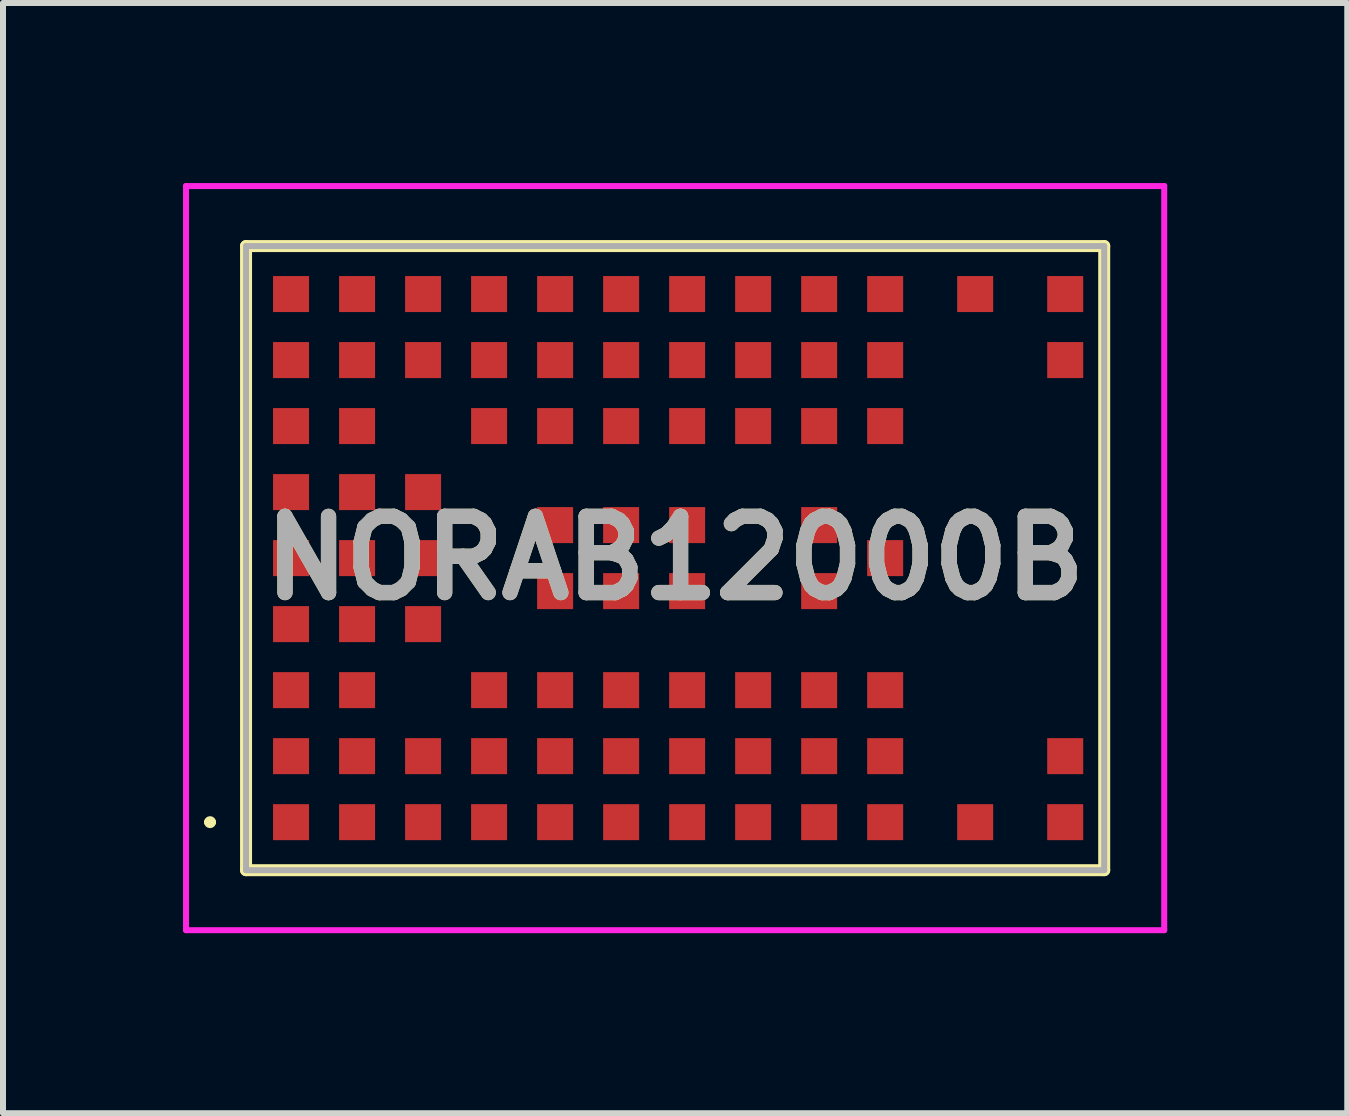
<source format=kicad_pcb>
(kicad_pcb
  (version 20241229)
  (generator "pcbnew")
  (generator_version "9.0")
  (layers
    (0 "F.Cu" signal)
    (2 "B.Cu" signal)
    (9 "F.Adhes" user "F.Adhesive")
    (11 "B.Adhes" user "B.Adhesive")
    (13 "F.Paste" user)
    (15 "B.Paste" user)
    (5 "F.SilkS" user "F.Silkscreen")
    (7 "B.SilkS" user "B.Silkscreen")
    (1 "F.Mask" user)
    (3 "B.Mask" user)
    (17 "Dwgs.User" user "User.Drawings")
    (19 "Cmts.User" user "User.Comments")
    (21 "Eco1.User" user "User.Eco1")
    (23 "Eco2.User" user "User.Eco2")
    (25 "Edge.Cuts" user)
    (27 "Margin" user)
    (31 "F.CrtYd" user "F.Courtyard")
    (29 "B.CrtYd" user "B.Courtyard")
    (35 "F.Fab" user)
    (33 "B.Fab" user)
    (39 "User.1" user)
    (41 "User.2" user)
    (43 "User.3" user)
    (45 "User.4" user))
  (footprint "NORAB12000B"
    (layer "F.Cu")
    (at 8.2 6.25)
    (property "Reference" "NORAB12000B" (at 0 0 0) (layer "F.SilkS") (effects (font (size 1.27 1.27) (thickness 0.254))))
    (attr smd)
    (fp_line (start -7.8 4.4) (end -7.8 4.4) (stroke (width 0.1) (type solid)) (layer "F.SilkS"))
    (fp_line (start -7.7 4.4) (end -7.7 4.4) (stroke (width 0.1) (type solid)) (layer "F.SilkS"))
    (fp_line (start -7.15 -5.2) (end 7.15 -5.2) (stroke (width 0.2) (type solid)) (layer "F.SilkS"))
    (fp_line (start -7.15 5.2) (end -7.15 -5.2) (stroke (width 0.2) (type solid)) (layer "F.SilkS"))
    (fp_line (start 7.15 -5.2) (end 7.15 5.2) (stroke (width 0.2) (type solid)) (layer "F.SilkS"))
    (fp_line (start 7.15 5.2) (end -7.15 5.2) (stroke (width 0.2) (type solid)) (layer "F.SilkS"))
    (fp_arc (start -7.8 4.4) (mid -7.75 4.35) (end -7.7 4.4) (stroke (width 0.1) (type solid)) (layer "F.SilkS"))
    (fp_arc (start -7.7 4.4) (mid -7.75 4.45) (end -7.8 4.4) (stroke (width 0.1) (type solid)) (layer "F.SilkS"))
    (fp_line (start -8.15 -6.2) (end 8.15 -6.2) (stroke (width 0.1) (type solid)) (layer "F.CrtYd"))
    (fp_line (start -8.15 6.2) (end -8.15 -6.2) (stroke (width 0.1) (type solid)) (layer "F.CrtYd"))
    (fp_line (start 8.15 -6.2) (end 8.15 6.2) (stroke (width 0.1) (type solid)) (layer "F.CrtYd"))
    (fp_line (start 8.15 6.2) (end -8.15 6.2) (stroke (width 0.1) (type solid)) (layer "F.CrtYd"))
    (fp_line (start -7.15 -5.2) (end 7.15 -5.2) (stroke (width 0.1) (type solid)) (layer "F.Fab"))
    (fp_line (start -7.15 5.2) (end -7.15 -5.2) (stroke (width 0.1) (type solid)) (layer "F.Fab"))
    (fp_line (start 7.15 -5.2) (end 7.15 5.2) (stroke (width 0.1) (type solid)) (layer "F.Fab"))
    (fp_line (start 7.15 5.2) (end -7.15 5.2) (stroke (width 0.1) (type solid)) (layer "F.Fab"))
    (fp_text user "${REFERENCE}" (at 0 0 0) (layer "F.Fab") (effects (font (size 1.27 1.27) (thickness 0.254))))
    (pad "A1" smd rect (at -6.4 4.4 90) (size 0.6 0.6) (layers "F.Cu" "F.Mask" "F.Paste"))
    (pad "A2" smd rect (at -6.4 3.3 90) (size 0.6 0.6) (layers "F.Cu" "F.Mask" "F.Paste"))
    (pad "A3" smd rect (at -6.4 2.2 90) (size 0.6 0.6) (layers "F.Cu" "F.Mask" "F.Paste"))
    (pad "A4" smd rect (at -6.4 1.1 90) (size 0.6 0.6) (layers "F.Cu" "F.Mask" "F.Paste"))
    (pad "A5" smd rect (at -6.4 0 90) (size 0.6 0.6) (layers "F.Cu" "F.Mask" "F.Paste"))
    (pad "A6" smd rect (at -6.4 -1.1 90) (size 0.6 0.6) (layers "F.Cu" "F.Mask" "F.Paste"))
    (pad "A7" smd rect (at -6.4 -2.2 90) (size 0.6 0.6) (layers "F.Cu" "F.Mask" "F.Paste"))
    (pad "A8" smd rect (at -6.4 -3.3 90) (size 0.6 0.6) (layers "F.Cu" "F.Mask" "F.Paste"))
    (pad "A9" smd rect (at -6.4 -4.4 90) (size 0.6 0.6) (layers "F.Cu" "F.Mask" "F.Paste"))
    (pad "B1" smd rect (at -5.3 4.4 90) (size 0.6 0.6) (layers "F.Cu" "F.Mask" "F.Paste"))
    (pad "B2" smd rect (at -5.3 3.3 90) (size 0.6 0.6) (layers "F.Cu" "F.Mask" "F.Paste"))
    (pad "B3" smd rect (at -5.3 2.2 90) (size 0.6 0.6) (layers "F.Cu" "F.Mask" "F.Paste"))
    (pad "B4" smd rect (at -5.3 1.1 90) (size 0.6 0.6) (layers "F.Cu" "F.Mask" "F.Paste"))
    (pad "B5" smd rect (at -5.3 0 90) (size 0.6 0.6) (layers "F.Cu" "F.Mask" "F.Paste"))
    (pad "B6" smd rect (at -5.3 -1.1 90) (size 0.6 0.6) (layers "F.Cu" "F.Mask" "F.Paste"))
    (pad "B7" smd rect (at -5.3 -2.2 90) (size 0.6 0.6) (layers "F.Cu" "F.Mask" "F.Paste"))
    (pad "B8" smd rect (at -5.3 -3.3 90) (size 0.6 0.6) (layers "F.Cu" "F.Mask" "F.Paste"))
    (pad "B9" smd rect (at -5.3 -4.4 90) (size 0.6 0.6) (layers "F.Cu" "F.Mask" "F.Paste"))
    (pad "C1" smd rect (at -4.2 4.4 90) (size 0.6 0.6) (layers "F.Cu" "F.Mask" "F.Paste"))
    (pad "C2" smd rect (at -4.2 3.3 90) (size 0.6 0.6) (layers "F.Cu" "F.Mask" "F.Paste"))
    (pad "C4" smd rect (at -4.2 1.1 90) (size 0.6 0.6) (layers "F.Cu" "F.Mask" "F.Paste"))
    (pad "C5" smd rect (at -4.2 0 90) (size 0.6 0.6) (layers "F.Cu" "F.Mask" "F.Paste"))
    (pad "C6" smd rect (at -4.2 -1.1 90) (size 0.6 0.6) (layers "F.Cu" "F.Mask" "F.Paste"))
    (pad "C8" smd rect (at -4.2 -3.3 90) (size 0.6 0.6) (layers "F.Cu" "F.Mask" "F.Paste"))
    (pad "C9" smd rect (at -4.2 -4.4 90) (size 0.6 0.6) (layers "F.Cu" "F.Mask" "F.Paste"))
    (pad "D1" smd rect (at -3.1 4.4 90) (size 0.6 0.6) (layers "F.Cu" "F.Mask" "F.Paste"))
    (pad "D2" smd rect (at -3.1 3.3 90) (size 0.6 0.6) (layers "F.Cu" "F.Mask" "F.Paste"))
    (pad "D3" smd rect (at -3.1 2.2 90) (size 0.6 0.6) (layers "F.Cu" "F.Mask" "F.Paste"))
    (pad "D7" smd rect (at -3.1 -2.2 90) (size 0.6 0.6) (layers "F.Cu" "F.Mask" "F.Paste"))
    (pad "D8" smd rect (at -3.1 -3.3 90) (size 0.6 0.6) (layers "F.Cu" "F.Mask" "F.Paste"))
    (pad "D9" smd rect (at -3.1 -4.4 90) (size 0.6 0.6) (layers "F.Cu" "F.Mask" "F.Paste"))
    (pad "E1" smd rect (at -2 4.4 90) (size 0.6 0.6) (layers "F.Cu" "F.Mask" "F.Paste"))
    (pad "E2" smd rect (at -2 3.3 90) (size 0.6 0.6) (layers "F.Cu" "F.Mask" "F.Paste"))
    (pad "E3" smd rect (at -2 2.2 90) (size 0.6 0.6) (layers "F.Cu" "F.Mask" "F.Paste"))
    (pad "E4" smd rect (at -2 0.55 90) (size 0.6 0.6) (layers "F.Cu" "F.Mask" "F.Paste"))
    (pad "E5" smd rect (at -2 -0.55 90) (size 0.6 0.6) (layers "F.Cu" "F.Mask" "F.Paste"))
    (pad "E7" smd rect (at -2 -2.2 90) (size 0.6 0.6) (layers "F.Cu" "F.Mask" "F.Paste"))
    (pad "E8" smd rect (at -2 -3.3 90) (size 0.6 0.6) (layers "F.Cu" "F.Mask" "F.Paste"))
    (pad "E9" smd rect (at -2 -4.4 90) (size 0.6 0.6) (layers "F.Cu" "F.Mask" "F.Paste"))
    (pad "F1" smd rect (at -0.9 4.4 90) (size 0.6 0.6) (layers "F.Cu" "F.Mask" "F.Paste"))
    (pad "F2" smd rect (at -0.9 3.3 90) (size 0.6 0.6) (layers "F.Cu" "F.Mask" "F.Paste"))
    (pad "F3" smd rect (at -0.9 2.2 90) (size 0.6 0.6) (layers "F.Cu" "F.Mask" "F.Paste"))
    (pad "F4" smd rect (at -0.9 0.55 90) (size 0.6 0.6) (layers "F.Cu" "F.Mask" "F.Paste"))
    (pad "F5" smd rect (at -0.9 -0.55 90) (size 0.6 0.6) (layers "F.Cu" "F.Mask" "F.Paste"))
    (pad "F7" smd rect (at -0.9 -2.2 90) (size 0.6 0.6) (layers "F.Cu" "F.Mask" "F.Paste"))
    (pad "F8" smd rect (at -0.9 -3.3 90) (size 0.6 0.6) (layers "F.Cu" "F.Mask" "F.Paste"))
    (pad "F9" smd rect (at -0.9 -4.4 90) (size 0.6 0.6) (layers "F.Cu" "F.Mask" "F.Paste"))
    (pad "G1" smd rect (at 0.2 4.4 90) (size 0.6 0.6) (layers "F.Cu" "F.Mask" "F.Paste"))
    (pad "G2" smd rect (at 0.2 3.3 90) (size 0.6 0.6) (layers "F.Cu" "F.Mask" "F.Paste"))
    (pad "G3" smd rect (at 0.2 2.2 90) (size 0.6 0.6) (layers "F.Cu" "F.Mask" "F.Paste"))
    (pad "G4" smd rect (at 0.2 0.55 90) (size 0.6 0.6) (layers "F.Cu" "F.Mask" "F.Paste"))
    (pad "G5" smd rect (at 0.2 -0.55 90) (size 0.6 0.6) (layers "F.Cu" "F.Mask" "F.Paste"))
    (pad "G7" smd rect (at 0.2 -2.2 90) (size 0.6 0.6) (layers "F.Cu" "F.Mask" "F.Paste"))
    (pad "G8" smd rect (at 0.2 -3.3 90) (size 0.6 0.6) (layers "F.Cu" "F.Mask" "F.Paste"))
    (pad "G9" smd rect (at 0.2 -4.4 90) (size 0.6 0.6) (layers "F.Cu" "F.Mask" "F.Paste"))
    (pad "H1" smd rect (at 1.3 4.4 90) (size 0.6 0.6) (layers "F.Cu" "F.Mask" "F.Paste"))
    (pad "H2" smd rect (at 1.3 3.3 90) (size 0.6 0.6) (layers "F.Cu" "F.Mask" "F.Paste"))
    (pad "H3" smd rect (at 1.3 2.2 90) (size 0.6 0.6) (layers "F.Cu" "F.Mask" "F.Paste"))
    (pad "H7" smd rect (at 1.3 -2.2 90) (size 0.6 0.6) (layers "F.Cu" "F.Mask" "F.Paste"))
    (pad "H8" smd rect (at 1.3 -3.3 90) (size 0.6 0.6) (layers "F.Cu" "F.Mask" "F.Paste"))
    (pad "H9" smd rect (at 1.3 -4.4 90) (size 0.6 0.6) (layers "F.Cu" "F.Mask" "F.Paste"))
    (pad "J1" smd rect (at 2.4 4.4 90) (size 0.6 0.6) (layers "F.Cu" "F.Mask" "F.Paste"))
    (pad "J2" smd rect (at 2.4 3.3 90) (size 0.6 0.6) (layers "F.Cu" "F.Mask" "F.Paste"))
    (pad "J3" smd rect (at 2.4 2.2 90) (size 0.6 0.6) (layers "F.Cu" "F.Mask" "F.Paste"))
    (pad "J4" smd rect (at 2.4 0.55 90) (size 0.6 0.6) (layers "F.Cu" "F.Mask" "F.Paste"))
    (pad "J5" smd rect (at 2.4 -0.55 90) (size 0.6 0.6) (layers "F.Cu" "F.Mask" "F.Paste"))
    (pad "J7" smd rect (at 2.4 -2.2 90) (size 0.6 0.6) (layers "F.Cu" "F.Mask" "F.Paste"))
    (pad "J8" smd rect (at 2.4 -3.3 90) (size 0.6 0.6) (layers "F.Cu" "F.Mask" "F.Paste"))
    (pad "J9" smd rect (at 2.4 -4.4 90) (size 0.6 0.6) (layers "F.Cu" "F.Mask" "F.Paste"))
    (pad "K1" smd rect (at 3.5 4.4 90) (size 0.6 0.6) (layers "F.Cu" "F.Mask" "F.Paste"))
    (pad "K2" smd rect (at 3.5 3.3 90) (size 0.6 0.6) (layers "F.Cu" "F.Mask" "F.Paste"))
    (pad "K3" smd rect (at 3.5 2.2 90) (size 0.6 0.6) (layers "F.Cu" "F.Mask" "F.Paste"))
    (pad "K5" smd rect (at 3.5 0 90) (size 0.6 0.6) (layers "F.Cu" "F.Mask" "F.Paste"))
    (pad "K7" smd rect (at 3.5 -2.2 90) (size 0.6 0.6) (layers "F.Cu" "F.Mask" "F.Paste"))
    (pad "K8" smd rect (at 3.5 -3.3 90) (size 0.6 0.6) (layers "F.Cu" "F.Mask" "F.Paste"))
    (pad "K9" smd rect (at 3.5 -4.4 90) (size 0.6 0.6) (layers "F.Cu" "F.Mask" "F.Paste"))
    (pad "L1" smd rect (at 5 4.4 90) (size 0.6 0.6) (layers "F.Cu" "F.Mask" "F.Paste"))
    (pad "L9" smd rect (at 5 -4.4 90) (size 0.6 0.6) (layers "F.Cu" "F.Mask" "F.Paste"))
    (pad "M1" smd rect (at 6.5 4.4 90) (size 0.6 0.6) (layers "F.Cu" "F.Mask" "F.Paste"))
    (pad "M2" smd rect (at 6.5 3.3 90) (size 0.6 0.6) (layers "F.Cu" "F.Mask" "F.Paste"))
    (pad "M8" smd rect (at 6.5 -3.3 90) (size 0.6 0.6) (layers "F.Cu" "F.Mask" "F.Paste"))
    (pad "M9" smd rect (at 6.5 -4.4 90) (size 0.6 0.6) (layers "F.Cu" "F.Mask" "F.Paste")))
  (gr_rect
    (start -3 -3)
    (end 19.4 15.5)
    (stroke (width 0.1) (type default))
    (fill no)
    (layer "Edge.Cuts")))
</source>
